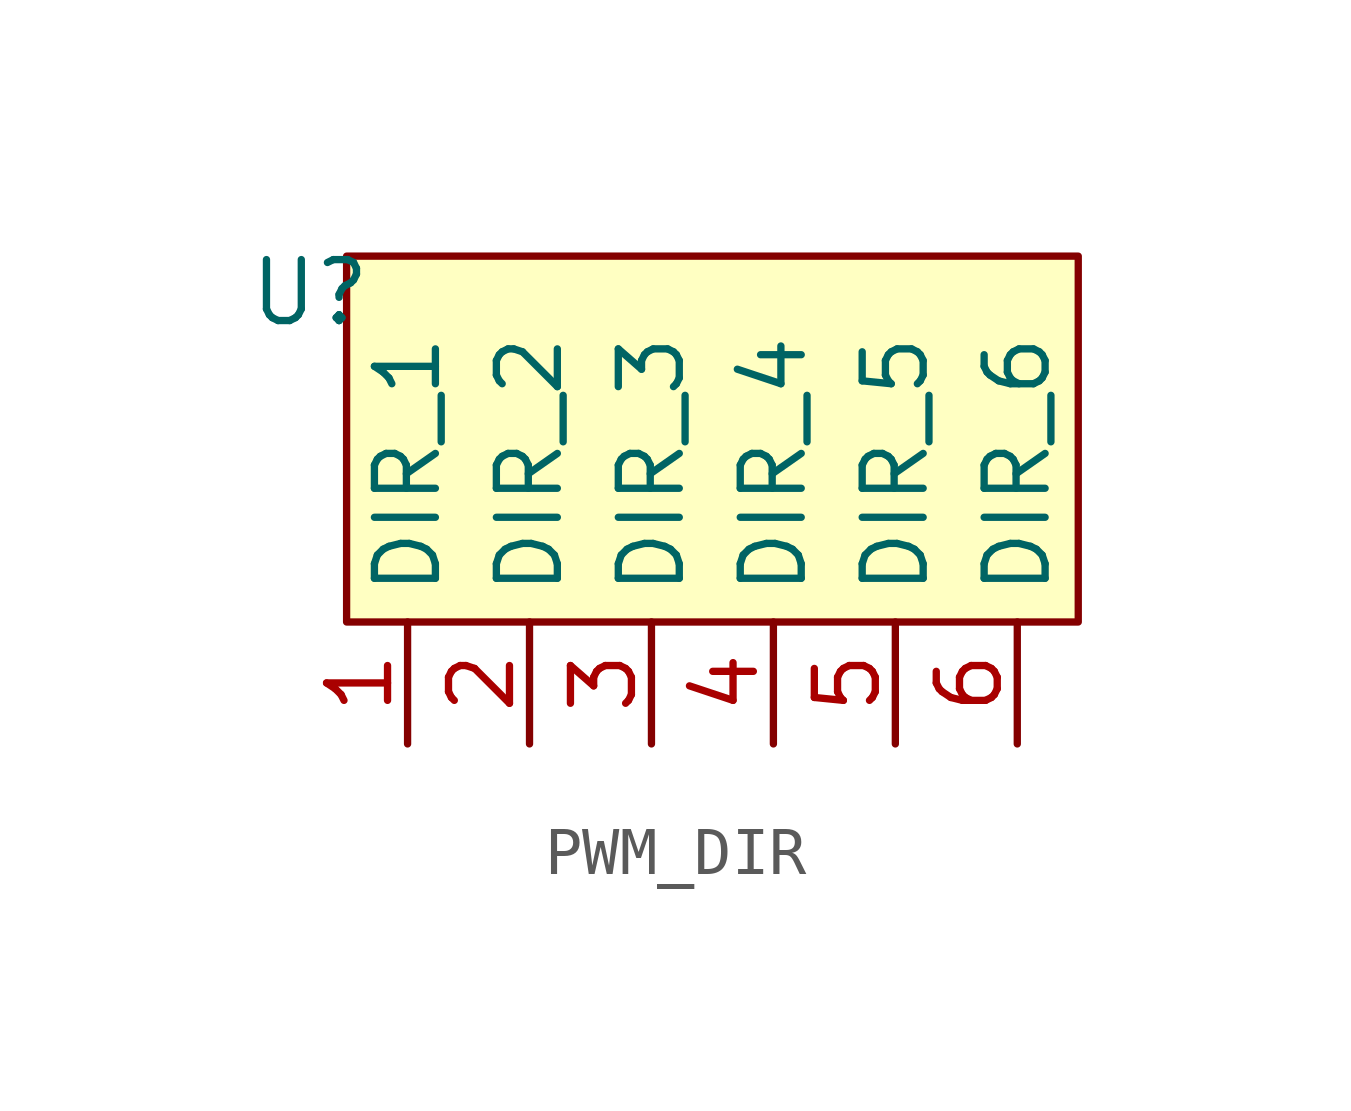
<source format=kicad_sym>
(kicad_symbol_lib
  (version 20231120)
  (generator "kicad_symbol_editor")
  (generator_version "8.0")
  (symbol "PWM_DIR"
    (property "Reference" "U"
      (at -0.762 6.858 0)
      (effects (font (size 1.27 1.27))))
    (property "Value" ""
      (at 0 0 0)
      (effects (font (size 1.27 1.27))))
    (symbol "PWM_DIR_1_1"
      (rectangle (start 0 7.62) (end 15.24 0) (stroke (width 0) (type default)) (fill (type background)))
      (pin input line (at 1.27 -2.54 90) (length 2.54) (name "DIR_1" (effects (font (size 1.27 1.27)))) (number "1" (effects (font (size 1.27 1.27)))))
      (pin input line (at 3.81 -2.54 90) (length 2.54) (name "DIR_2" (effects (font (size 1.27 1.27)))) (number "2" (effects (font (size 1.27 1.27)))))
      (pin input line (at 6.35 -2.54 90) (length 2.54) (name "DIR_3" (effects (font (size 1.27 1.27)))) (number "3" (effects (font (size 1.27 1.27)))))
      (pin input line (at 8.89 -2.54 90) (length 2.54) (name "DIR_4" (effects (font (size 1.27 1.27)))) (number "4" (effects (font (size 1.27 1.27)))))
      (pin input line (at 11.43 -2.54 90) (length 2.54) (name "DIR_5" (effects (font (size 1.27 1.27)))) (number "5" (effects (font (size 1.27 1.27)))))
      (pin input line (at 13.97 -2.54 90) (length 2.54) (name "DIR_6" (effects (font (size 1.27 1.27)))) (number "6" (effects (font (size 1.27 1.27))))))))
</source>
